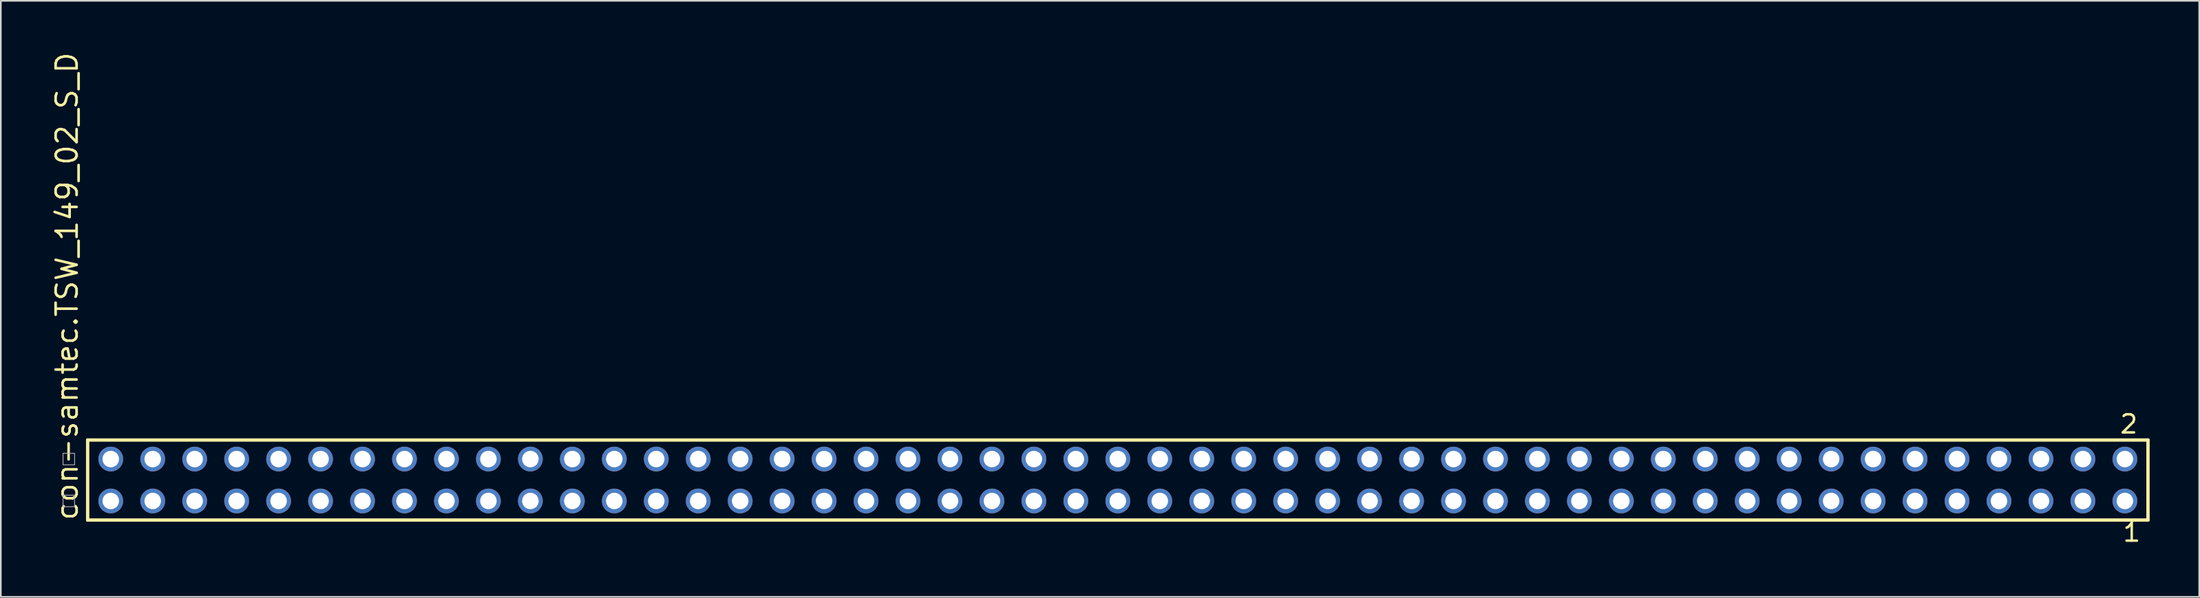
<source format=kicad_pcb>
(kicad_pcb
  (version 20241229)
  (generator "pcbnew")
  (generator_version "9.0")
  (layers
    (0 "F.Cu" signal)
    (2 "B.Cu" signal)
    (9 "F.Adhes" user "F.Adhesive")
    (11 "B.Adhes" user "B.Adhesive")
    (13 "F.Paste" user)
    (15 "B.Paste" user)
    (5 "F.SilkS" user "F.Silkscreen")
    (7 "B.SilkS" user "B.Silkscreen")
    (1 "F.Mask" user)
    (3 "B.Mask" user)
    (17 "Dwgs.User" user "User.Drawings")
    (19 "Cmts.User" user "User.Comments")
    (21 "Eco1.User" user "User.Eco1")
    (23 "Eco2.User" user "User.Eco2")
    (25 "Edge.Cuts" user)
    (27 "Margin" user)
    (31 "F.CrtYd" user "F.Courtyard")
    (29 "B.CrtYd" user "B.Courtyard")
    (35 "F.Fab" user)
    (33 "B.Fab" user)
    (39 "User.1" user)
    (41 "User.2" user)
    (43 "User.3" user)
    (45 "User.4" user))
  (footprint "con-samtec.TSW_149_02_S_D"
    (layer "F.Cu")
    (at 64.615 26.049)
    (property "Reference" "con-samtec.TSW_149_02_S_D" (at -62.865 2.54 90) (layer "F.SilkS") (effects (font (size 1.27 1.27) (thickness 0.16)) (justify left bottom)))
    (attr through_hole)
    (fp_line (start -62.359 -2.425) (end 62.359 -2.425) (stroke (width 0.203) (type default)) (layer "F.SilkS"))
    (fp_line (start -62.359 2.425) (end -62.359 -2.425) (stroke (width 0.203) (type default)) (layer "F.SilkS"))
    (fp_line (start 62.359 -2.425) (end 62.359 2.425) (stroke (width 0.203) (type default)) (layer "F.SilkS"))
    (fp_line (start 62.359 2.425) (end -62.359 2.425) (stroke (width 0.203) (type default)) (layer "F.SilkS"))
    (fp_rect (start -63.85 -0.92) (end -63.15 -1.62) (stroke (width 0.05) (type default)) (fill no) (layer "F.Fab"))
    (fp_rect (start -63.85 1.62) (end -63.15 0.92) (stroke (width 0.05) (type default)) (fill no) (layer "F.Fab"))
    (fp_rect (start -61.31 -0.92) (end -60.61 -1.62) (stroke (width 0.05) (type default)) (fill no) (layer "F.Fab"))
    (fp_rect (start -61.31 1.62) (end -60.61 0.92) (stroke (width 0.05) (type default)) (fill no) (layer "F.Fab"))
    (fp_rect (start -58.77 -0.92) (end -58.07 -1.62) (stroke (width 0.05) (type default)) (fill no) (layer "F.Fab"))
    (fp_rect (start -58.77 1.62) (end -58.07 0.92) (stroke (width 0.05) (type default)) (fill no) (layer "F.Fab"))
    (fp_rect (start -56.23 -0.92) (end -55.53 -1.62) (stroke (width 0.05) (type default)) (fill no) (layer "F.Fab"))
    (fp_rect (start -56.23 1.62) (end -55.53 0.92) (stroke (width 0.05) (type default)) (fill no) (layer "F.Fab"))
    (fp_rect (start -53.69 -0.92) (end -52.99 -1.62) (stroke (width 0.05) (type default)) (fill no) (layer "F.Fab"))
    (fp_rect (start -53.69 1.62) (end -52.99 0.92) (stroke (width 0.05) (type default)) (fill no) (layer "F.Fab"))
    (fp_rect (start -51.15 -0.92) (end -50.45 -1.62) (stroke (width 0.05) (type default)) (fill no) (layer "F.Fab"))
    (fp_rect (start -51.15 1.62) (end -50.45 0.92) (stroke (width 0.05) (type default)) (fill no) (layer "F.Fab"))
    (fp_rect (start -48.61 -0.92) (end -47.91 -1.62) (stroke (width 0.05) (type default)) (fill no) (layer "F.Fab"))
    (fp_rect (start -48.61 1.62) (end -47.91 0.92) (stroke (width 0.05) (type default)) (fill no) (layer "F.Fab"))
    (fp_rect (start -46.07 -0.92) (end -45.37 -1.62) (stroke (width 0.05) (type default)) (fill no) (layer "F.Fab"))
    (fp_rect (start -46.07 1.62) (end -45.37 0.92) (stroke (width 0.05) (type default)) (fill no) (layer "F.Fab"))
    (fp_rect (start -43.53 -0.92) (end -42.83 -1.62) (stroke (width 0.05) (type default)) (fill no) (layer "F.Fab"))
    (fp_rect (start -43.53 1.62) (end -42.83 0.92) (stroke (width 0.05) (type default)) (fill no) (layer "F.Fab"))
    (fp_rect (start -40.99 -0.92) (end -40.29 -1.62) (stroke (width 0.05) (type default)) (fill no) (layer "F.Fab"))
    (fp_rect (start -40.99 1.62) (end -40.29 0.92) (stroke (width 0.05) (type default)) (fill no) (layer "F.Fab"))
    (fp_rect (start -38.45 -0.92) (end -37.75 -1.62) (stroke (width 0.05) (type default)) (fill no) (layer "F.Fab"))
    (fp_rect (start -38.45 1.62) (end -37.75 0.92) (stroke (width 0.05) (type default)) (fill no) (layer "F.Fab"))
    (fp_rect (start -35.91 -0.92) (end -35.21 -1.62) (stroke (width 0.05) (type default)) (fill no) (layer "F.Fab"))
    (fp_rect (start -35.91 1.62) (end -35.21 0.92) (stroke (width 0.05) (type default)) (fill no) (layer "F.Fab"))
    (fp_rect (start -33.37 -0.92) (end -32.67 -1.62) (stroke (width 0.05) (type default)) (fill no) (layer "F.Fab"))
    (fp_rect (start -33.37 1.62) (end -32.67 0.92) (stroke (width 0.05) (type default)) (fill no) (layer "F.Fab"))
    (fp_rect (start -30.83 -0.92) (end -30.13 -1.62) (stroke (width 0.05) (type default)) (fill no) (layer "F.Fab"))
    (fp_rect (start -30.83 1.62) (end -30.13 0.92) (stroke (width 0.05) (type default)) (fill no) (layer "F.Fab"))
    (fp_rect (start -28.29 -0.92) (end -27.59 -1.62) (stroke (width 0.05) (type default)) (fill no) (layer "F.Fab"))
    (fp_rect (start -28.29 1.62) (end -27.59 0.92) (stroke (width 0.05) (type default)) (fill no) (layer "F.Fab"))
    (fp_rect (start -25.75 -0.92) (end -25.05 -1.62) (stroke (width 0.05) (type default)) (fill no) (layer "F.Fab"))
    (fp_rect (start -25.75 1.62) (end -25.05 0.92) (stroke (width 0.05) (type default)) (fill no) (layer "F.Fab"))
    (fp_rect (start -23.21 -0.92) (end -22.51 -1.62) (stroke (width 0.05) (type default)) (fill no) (layer "F.Fab"))
    (fp_rect (start -23.21 1.62) (end -22.51 0.92) (stroke (width 0.05) (type default)) (fill no) (layer "F.Fab"))
    (fp_rect (start -20.67 -0.92) (end -19.97 -1.62) (stroke (width 0.05) (type default)) (fill no) (layer "F.Fab"))
    (fp_rect (start -20.67 1.62) (end -19.97 0.92) (stroke (width 0.05) (type default)) (fill no) (layer "F.Fab"))
    (fp_rect (start -18.13 -0.92) (end -17.43 -1.62) (stroke (width 0.05) (type default)) (fill no) (layer "F.Fab"))
    (fp_rect (start -18.13 1.62) (end -17.43 0.92) (stroke (width 0.05) (type default)) (fill no) (layer "F.Fab"))
    (fp_rect (start -15.59 -0.92) (end -14.89 -1.62) (stroke (width 0.05) (type default)) (fill no) (layer "F.Fab"))
    (fp_rect (start -15.59 1.62) (end -14.89 0.92) (stroke (width 0.05) (type default)) (fill no) (layer "F.Fab"))
    (fp_rect (start -13.05 -0.92) (end -12.35 -1.62) (stroke (width 0.05) (type default)) (fill no) (layer "F.Fab"))
    (fp_rect (start -13.05 1.62) (end -12.35 0.92) (stroke (width 0.05) (type default)) (fill no) (layer "F.Fab"))
    (fp_rect (start -10.51 -0.92) (end -9.81 -1.62) (stroke (width 0.05) (type default)) (fill no) (layer "F.Fab"))
    (fp_rect (start -10.51 1.62) (end -9.81 0.92) (stroke (width 0.05) (type default)) (fill no) (layer "F.Fab"))
    (fp_rect (start -7.97 -0.92) (end -7.27 -1.62) (stroke (width 0.05) (type default)) (fill no) (layer "F.Fab"))
    (fp_rect (start -7.97 1.62) (end -7.27 0.92) (stroke (width 0.05) (type default)) (fill no) (layer "F.Fab"))
    (fp_rect (start -5.43 -0.92) (end -4.73 -1.62) (stroke (width 0.05) (type default)) (fill no) (layer "F.Fab"))
    (fp_rect (start -5.43 1.62) (end -4.73 0.92) (stroke (width 0.05) (type default)) (fill no) (layer "F.Fab"))
    (fp_rect (start -2.89 -0.92) (end -2.19 -1.62) (stroke (width 0.05) (type default)) (fill no) (layer "F.Fab"))
    (fp_rect (start -2.89 1.62) (end -2.19 0.92) (stroke (width 0.05) (type default)) (fill no) (layer "F.Fab"))
    (fp_rect (start -0.35 -0.92) (end 0.35 -1.62) (stroke (width 0.05) (type default)) (fill no) (layer "F.Fab"))
    (fp_rect (start -0.35 1.62) (end 0.35 0.92) (stroke (width 0.05) (type default)) (fill no) (layer "F.Fab"))
    (fp_rect (start 2.19 -0.92) (end 2.89 -1.62) (stroke (width 0.05) (type default)) (fill no) (layer "F.Fab"))
    (fp_rect (start 2.19 1.62) (end 2.89 0.92) (stroke (width 0.05) (type default)) (fill no) (layer "F.Fab"))
    (fp_rect (start 4.73 -0.92) (end 5.43 -1.62) (stroke (width 0.05) (type default)) (fill no) (layer "F.Fab"))
    (fp_rect (start 4.73 1.62) (end 5.43 0.92) (stroke (width 0.05) (type default)) (fill no) (layer "F.Fab"))
    (fp_rect (start 7.27 -0.92) (end 7.97 -1.62) (stroke (width 0.05) (type default)) (fill no) (layer "F.Fab"))
    (fp_rect (start 7.27 1.62) (end 7.97 0.92) (stroke (width 0.05) (type default)) (fill no) (layer "F.Fab"))
    (fp_rect (start 9.81 -0.92) (end 10.51 -1.62) (stroke (width 0.05) (type default)) (fill no) (layer "F.Fab"))
    (fp_rect (start 9.81 1.62) (end 10.51 0.92) (stroke (width 0.05) (type default)) (fill no) (layer "F.Fab"))
    (fp_rect (start 12.35 -0.92) (end 13.05 -1.62) (stroke (width 0.05) (type default)) (fill no) (layer "F.Fab"))
    (fp_rect (start 12.35 1.62) (end 13.05 0.92) (stroke (width 0.05) (type default)) (fill no) (layer "F.Fab"))
    (fp_rect (start 14.89 -0.92) (end 15.59 -1.62) (stroke (width 0.05) (type default)) (fill no) (layer "F.Fab"))
    (fp_rect (start 14.89 1.62) (end 15.59 0.92) (stroke (width 0.05) (type default)) (fill no) (layer "F.Fab"))
    (fp_rect (start 17.43 -0.92) (end 18.13 -1.62) (stroke (width 0.05) (type default)) (fill no) (layer "F.Fab"))
    (fp_rect (start 17.43 1.62) (end 18.13 0.92) (stroke (width 0.05) (type default)) (fill no) (layer "F.Fab"))
    (fp_rect (start 19.97 -0.92) (end 20.67 -1.62) (stroke (width 0.05) (type default)) (fill no) (layer "F.Fab"))
    (fp_rect (start 19.97 1.62) (end 20.67 0.92) (stroke (width 0.05) (type default)) (fill no) (layer "F.Fab"))
    (fp_rect (start 22.51 -0.92) (end 23.21 -1.62) (stroke (width 0.05) (type default)) (fill no) (layer "F.Fab"))
    (fp_rect (start 22.51 1.62) (end 23.21 0.92) (stroke (width 0.05) (type default)) (fill no) (layer "F.Fab"))
    (fp_rect (start 25.05 -0.92) (end 25.75 -1.62) (stroke (width 0.05) (type default)) (fill no) (layer "F.Fab"))
    (fp_rect (start 25.05 1.62) (end 25.75 0.92) (stroke (width 0.05) (type default)) (fill no) (layer "F.Fab"))
    (fp_rect (start 27.59 -0.92) (end 28.29 -1.62) (stroke (width 0.05) (type default)) (fill no) (layer "F.Fab"))
    (fp_rect (start 27.59 1.62) (end 28.29 0.92) (stroke (width 0.05) (type default)) (fill no) (layer "F.Fab"))
    (fp_rect (start 30.13 -0.92) (end 30.83 -1.62) (stroke (width 0.05) (type default)) (fill no) (layer "F.Fab"))
    (fp_rect (start 30.13 1.62) (end 30.83 0.92) (stroke (width 0.05) (type default)) (fill no) (layer "F.Fab"))
    (fp_rect (start 32.67 -0.92) (end 33.37 -1.62) (stroke (width 0.05) (type default)) (fill no) (layer "F.Fab"))
    (fp_rect (start 32.67 1.62) (end 33.37 0.92) (stroke (width 0.05) (type default)) (fill no) (layer "F.Fab"))
    (fp_rect (start 35.21 -0.92) (end 35.91 -1.62) (stroke (width 0.05) (type default)) (fill no) (layer "F.Fab"))
    (fp_rect (start 35.21 1.62) (end 35.91 0.92) (stroke (width 0.05) (type default)) (fill no) (layer "F.Fab"))
    (fp_rect (start 37.75 -0.92) (end 38.45 -1.62) (stroke (width 0.05) (type default)) (fill no) (layer "F.Fab"))
    (fp_rect (start 37.75 1.62) (end 38.45 0.92) (stroke (width 0.05) (type default)) (fill no) (layer "F.Fab"))
    (fp_rect (start 40.29 -0.92) (end 40.99 -1.62) (stroke (width 0.05) (type default)) (fill no) (layer "F.Fab"))
    (fp_rect (start 40.29 1.62) (end 40.99 0.92) (stroke (width 0.05) (type default)) (fill no) (layer "F.Fab"))
    (fp_rect (start 42.83 -0.92) (end 43.53 -1.62) (stroke (width 0.05) (type default)) (fill no) (layer "F.Fab"))
    (fp_rect (start 42.83 1.62) (end 43.53 0.92) (stroke (width 0.05) (type default)) (fill no) (layer "F.Fab"))
    (fp_rect (start 45.37 -0.92) (end 46.07 -1.62) (stroke (width 0.05) (type default)) (fill no) (layer "F.Fab"))
    (fp_rect (start 45.37 1.62) (end 46.07 0.92) (stroke (width 0.05) (type default)) (fill no) (layer "F.Fab"))
    (fp_rect (start 47.91 -0.92) (end 48.61 -1.62) (stroke (width 0.05) (type default)) (fill no) (layer "F.Fab"))
    (fp_rect (start 47.91 1.62) (end 48.61 0.92) (stroke (width 0.05) (type default)) (fill no) (layer "F.Fab"))
    (fp_rect (start 50.45 -0.92) (end 51.15 -1.62) (stroke (width 0.05) (type default)) (fill no) (layer "F.Fab"))
    (fp_rect (start 50.45 1.62) (end 51.15 0.92) (stroke (width 0.05) (type default)) (fill no) (layer "F.Fab"))
    (fp_rect (start 52.99 -0.92) (end 53.69 -1.62) (stroke (width 0.05) (type default)) (fill no) (layer "F.Fab"))
    (fp_rect (start 52.99 1.62) (end 53.69 0.92) (stroke (width 0.05) (type default)) (fill no) (layer "F.Fab"))
    (fp_rect (start 55.53 -0.92) (end 56.23 -1.62) (stroke (width 0.05) (type default)) (fill no) (layer "F.Fab"))
    (fp_rect (start 55.53 1.62) (end 56.23 0.92) (stroke (width 0.05) (type default)) (fill no) (layer "F.Fab"))
    (fp_rect (start 58.07 -0.92) (end 58.77 -1.62) (stroke (width 0.05) (type default)) (fill no) (layer "F.Fab"))
    (fp_rect (start 58.07 1.62) (end 58.77 0.92) (stroke (width 0.05) (type default)) (fill no) (layer "F.Fab"))
    (fp_rect (start 60.61 -0.92) (end 61.31 -1.62) (stroke (width 0.05) (type default)) (fill no) (layer "F.Fab"))
    (fp_rect (start 60.61 1.62) (end 61.31 0.92) (stroke (width 0.05) (type default)) (fill no) (layer "F.Fab"))
    (fp_text user "1" (at 60.752 3.818 0) (layer "F.SilkS") (effects (font (size 1.1 1.1) (thickness 0.15)) (justify left bottom)))
    (fp_text user "2" (at 60.577 -2.744 0) (layer "F.SilkS") (effects (font (size 1.1 1.1) (thickness 0.15)) (justify left bottom)))
    (pad "1" thru_hole circle (at 60.96 1.27 180) (size 1.5 1.5) (drill 1) (layers "*.Cu" "*.Mask"))
    (pad "2" thru_hole circle (at 60.96 -1.27 180) (size 1.5 1.5) (drill 1) (layers "*.Cu" "*.Mask"))
    (pad "3" thru_hole circle (at 58.42 1.27 180) (size 1.5 1.5) (drill 1) (layers "*.Cu" "*.Mask"))
    (pad "4" thru_hole circle (at 58.42 -1.27 180) (size 1.5 1.5) (drill 1) (layers "*.Cu" "*.Mask"))
    (pad "5" thru_hole circle (at 55.88 1.27 180) (size 1.5 1.5) (drill 1) (layers "*.Cu" "*.Mask"))
    (pad "6" thru_hole circle (at 55.88 -1.27 180) (size 1.5 1.5) (drill 1) (layers "*.Cu" "*.Mask"))
    (pad "7" thru_hole circle (at 53.34 1.27 180) (size 1.5 1.5) (drill 1) (layers "*.Cu" "*.Mask"))
    (pad "8" thru_hole circle (at 53.34 -1.27 180) (size 1.5 1.5) (drill 1) (layers "*.Cu" "*.Mask"))
    (pad "9" thru_hole circle (at 50.8 1.27 180) (size 1.5 1.5) (drill 1) (layers "*.Cu" "*.Mask"))
    (pad "10" thru_hole circle (at 50.8 -1.27 180) (size 1.5 1.5) (drill 1) (layers "*.Cu" "*.Mask"))
    (pad "11" thru_hole circle (at 48.26 1.27 180) (size 1.5 1.5) (drill 1) (layers "*.Cu" "*.Mask"))
    (pad "12" thru_hole circle (at 48.26 -1.27 180) (size 1.5 1.5) (drill 1) (layers "*.Cu" "*.Mask"))
    (pad "13" thru_hole circle (at 45.72 1.27 180) (size 1.5 1.5) (drill 1) (layers "*.Cu" "*.Mask"))
    (pad "14" thru_hole circle (at 45.72 -1.27 180) (size 1.5 1.5) (drill 1) (layers "*.Cu" "*.Mask"))
    (pad "15" thru_hole circle (at 43.18 1.27 180) (size 1.5 1.5) (drill 1) (layers "*.Cu" "*.Mask"))
    (pad "16" thru_hole circle (at 43.18 -1.27 180) (size 1.5 1.5) (drill 1) (layers "*.Cu" "*.Mask"))
    (pad "17" thru_hole circle (at 40.64 1.27 180) (size 1.5 1.5) (drill 1) (layers "*.Cu" "*.Mask"))
    (pad "18" thru_hole circle (at 40.64 -1.27 180) (size 1.5 1.5) (drill 1) (layers "*.Cu" "*.Mask"))
    (pad "19" thru_hole circle (at 38.1 1.27 180) (size 1.5 1.5) (drill 1) (layers "*.Cu" "*.Mask"))
    (pad "20" thru_hole circle (at 38.1 -1.27 180) (size 1.5 1.5) (drill 1) (layers "*.Cu" "*.Mask"))
    (pad "21" thru_hole circle (at 35.56 1.27 180) (size 1.5 1.5) (drill 1) (layers "*.Cu" "*.Mask"))
    (pad "22" thru_hole circle (at 35.56 -1.27 180) (size 1.5 1.5) (drill 1) (layers "*.Cu" "*.Mask"))
    (pad "23" thru_hole circle (at 33.02 1.27 180) (size 1.5 1.5) (drill 1) (layers "*.Cu" "*.Mask"))
    (pad "24" thru_hole circle (at 33.02 -1.27 180) (size 1.5 1.5) (drill 1) (layers "*.Cu" "*.Mask"))
    (pad "25" thru_hole circle (at 30.48 1.27 180) (size 1.5 1.5) (drill 1) (layers "*.Cu" "*.Mask"))
    (pad "26" thru_hole circle (at 30.48 -1.27 180) (size 1.5 1.5) (drill 1) (layers "*.Cu" "*.Mask"))
    (pad "27" thru_hole circle (at 27.94 1.27 180) (size 1.5 1.5) (drill 1) (layers "*.Cu" "*.Mask"))
    (pad "28" thru_hole circle (at 27.94 -1.27 180) (size 1.5 1.5) (drill 1) (layers "*.Cu" "*.Mask"))
    (pad "29" thru_hole circle (at 25.4 1.27 180) (size 1.5 1.5) (drill 1) (layers "*.Cu" "*.Mask"))
    (pad "30" thru_hole circle (at 25.4 -1.27 180) (size 1.5 1.5) (drill 1) (layers "*.Cu" "*.Mask"))
    (pad "31" thru_hole circle (at 22.86 1.27 180) (size 1.5 1.5) (drill 1) (layers "*.Cu" "*.Mask"))
    (pad "32" thru_hole circle (at 22.86 -1.27 180) (size 1.5 1.5) (drill 1) (layers "*.Cu" "*.Mask"))
    (pad "33" thru_hole circle (at 20.32 1.27 180) (size 1.5 1.5) (drill 1) (layers "*.Cu" "*.Mask"))
    (pad "34" thru_hole circle (at 20.32 -1.27 180) (size 1.5 1.5) (drill 1) (layers "*.Cu" "*.Mask"))
    (pad "35" thru_hole circle (at 17.78 1.27 180) (size 1.5 1.5) (drill 1) (layers "*.Cu" "*.Mask"))
    (pad "36" thru_hole circle (at 17.78 -1.27 180) (size 1.5 1.5) (drill 1) (layers "*.Cu" "*.Mask"))
    (pad "37" thru_hole circle (at 15.24 1.27 180) (size 1.5 1.5) (drill 1) (layers "*.Cu" "*.Mask"))
    (pad "38" thru_hole circle (at 15.24 -1.27 180) (size 1.5 1.5) (drill 1) (layers "*.Cu" "*.Mask"))
    (pad "39" thru_hole circle (at 12.7 1.27 180) (size 1.5 1.5) (drill 1) (layers "*.Cu" "*.Mask"))
    (pad "40" thru_hole circle (at 12.7 -1.27 180) (size 1.5 1.5) (drill 1) (layers "*.Cu" "*.Mask"))
    (pad "41" thru_hole circle (at 10.16 1.27 180) (size 1.5 1.5) (drill 1) (layers "*.Cu" "*.Mask"))
    (pad "42" thru_hole circle (at 10.16 -1.27 180) (size 1.5 1.5) (drill 1) (layers "*.Cu" "*.Mask"))
    (pad "43" thru_hole circle (at 7.62 1.27 180) (size 1.5 1.5) (drill 1) (layers "*.Cu" "*.Mask"))
    (pad "44" thru_hole circle (at 7.62 -1.27 180) (size 1.5 1.5) (drill 1) (layers "*.Cu" "*.Mask"))
    (pad "45" thru_hole circle (at 5.08 1.27 180) (size 1.5 1.5) (drill 1) (layers "*.Cu" "*.Mask"))
    (pad "46" thru_hole circle (at 5.08 -1.27 180) (size 1.5 1.5) (drill 1) (layers "*.Cu" "*.Mask"))
    (pad "47" thru_hole circle (at 2.54 1.27 180) (size 1.5 1.5) (drill 1) (layers "*.Cu" "*.Mask"))
    (pad "48" thru_hole circle (at 2.54 -1.27 180) (size 1.5 1.5) (drill 1) (layers "*.Cu" "*.Mask"))
    (pad "49" thru_hole circle (at 0 1.27 180) (size 1.5 1.5) (drill 1) (layers "*.Cu" "*.Mask"))
    (pad "50" thru_hole circle (at 0 -1.27 180) (size 1.5 1.5) (drill 1) (layers "*.Cu" "*.Mask"))
    (pad "51" thru_hole circle (at -2.54 1.27 180) (size 1.5 1.5) (drill 1) (layers "*.Cu" "*.Mask"))
    (pad "52" thru_hole circle (at -2.54 -1.27 180) (size 1.5 1.5) (drill 1) (layers "*.Cu" "*.Mask"))
    (pad "53" thru_hole circle (at -5.08 1.27 180) (size 1.5 1.5) (drill 1) (layers "*.Cu" "*.Mask"))
    (pad "54" thru_hole circle (at -5.08 -1.27 180) (size 1.5 1.5) (drill 1) (layers "*.Cu" "*.Mask"))
    (pad "55" thru_hole circle (at -7.62 1.27 180) (size 1.5 1.5) (drill 1) (layers "*.Cu" "*.Mask"))
    (pad "56" thru_hole circle (at -7.62 -1.27 180) (size 1.5 1.5) (drill 1) (layers "*.Cu" "*.Mask"))
    (pad "57" thru_hole circle (at -10.16 1.27 180) (size 1.5 1.5) (drill 1) (layers "*.Cu" "*.Mask"))
    (pad "58" thru_hole circle (at -10.16 -1.27 180) (size 1.5 1.5) (drill 1) (layers "*.Cu" "*.Mask"))
    (pad "59" thru_hole circle (at -12.7 1.27 180) (size 1.5 1.5) (drill 1) (layers "*.Cu" "*.Mask"))
    (pad "60" thru_hole circle (at -12.7 -1.27 180) (size 1.5 1.5) (drill 1) (layers "*.Cu" "*.Mask"))
    (pad "61" thru_hole circle (at -15.24 1.27 180) (size 1.5 1.5) (drill 1) (layers "*.Cu" "*.Mask"))
    (pad "62" thru_hole circle (at -15.24 -1.27 180) (size 1.5 1.5) (drill 1) (layers "*.Cu" "*.Mask"))
    (pad "63" thru_hole circle (at -17.78 1.27 180) (size 1.5 1.5) (drill 1) (layers "*.Cu" "*.Mask"))
    (pad "64" thru_hole circle (at -17.78 -1.27 180) (size 1.5 1.5) (drill 1) (layers "*.Cu" "*.Mask"))
    (pad "65" thru_hole circle (at -20.32 1.27 180) (size 1.5 1.5) (drill 1) (layers "*.Cu" "*.Mask"))
    (pad "66" thru_hole circle (at -20.32 -1.27 180) (size 1.5 1.5) (drill 1) (layers "*.Cu" "*.Mask"))
    (pad "67" thru_hole circle (at -22.86 1.27 180) (size 1.5 1.5) (drill 1) (layers "*.Cu" "*.Mask"))
    (pad "68" thru_hole circle (at -22.86 -1.27 180) (size 1.5 1.5) (drill 1) (layers "*.Cu" "*.Mask"))
    (pad "69" thru_hole circle (at -25.4 1.27 180) (size 1.5 1.5) (drill 1) (layers "*.Cu" "*.Mask"))
    (pad "70" thru_hole circle (at -25.4 -1.27 180) (size 1.5 1.5) (drill 1) (layers "*.Cu" "*.Mask"))
    (pad "71" thru_hole circle (at -27.94 1.27 180) (size 1.5 1.5) (drill 1) (layers "*.Cu" "*.Mask"))
    (pad "72" thru_hole circle (at -27.94 -1.27 180) (size 1.5 1.5) (drill 1) (layers "*.Cu" "*.Mask"))
    (pad "73" thru_hole circle (at -30.48 1.27 180) (size 1.5 1.5) (drill 1) (layers "*.Cu" "*.Mask"))
    (pad "74" thru_hole circle (at -30.48 -1.27 180) (size 1.5 1.5) (drill 1) (layers "*.Cu" "*.Mask"))
    (pad "75" thru_hole circle (at -33.02 1.27 180) (size 1.5 1.5) (drill 1) (layers "*.Cu" "*.Mask"))
    (pad "76" thru_hole circle (at -33.02 -1.27 180) (size 1.5 1.5) (drill 1) (layers "*.Cu" "*.Mask"))
    (pad "77" thru_hole circle (at -35.56 1.27 180) (size 1.5 1.5) (drill 1) (layers "*.Cu" "*.Mask"))
    (pad "78" thru_hole circle (at -35.56 -1.27 180) (size 1.5 1.5) (drill 1) (layers "*.Cu" "*.Mask"))
    (pad "79" thru_hole circle (at -38.1 1.27 180) (size 1.5 1.5) (drill 1) (layers "*.Cu" "*.Mask"))
    (pad "80" thru_hole circle (at -38.1 -1.27 180) (size 1.5 1.5) (drill 1) (layers "*.Cu" "*.Mask"))
    (pad "81" thru_hole circle (at -40.64 1.27 180) (size 1.5 1.5) (drill 1) (layers "*.Cu" "*.Mask"))
    (pad "82" thru_hole circle (at -40.64 -1.27 180) (size 1.5 1.5) (drill 1) (layers "*.Cu" "*.Mask"))
    (pad "83" thru_hole circle (at -43.18 1.27 180) (size 1.5 1.5) (drill 1) (layers "*.Cu" "*.Mask"))
    (pad "84" thru_hole circle (at -43.18 -1.27 180) (size 1.5 1.5) (drill 1) (layers "*.Cu" "*.Mask"))
    (pad "85" thru_hole circle (at -45.72 1.27 180) (size 1.5 1.5) (drill 1) (layers "*.Cu" "*.Mask"))
    (pad "86" thru_hole circle (at -45.72 -1.27 180) (size 1.5 1.5) (drill 1) (layers "*.Cu" "*.Mask"))
    (pad "87" thru_hole circle (at -48.26 1.27 180) (size 1.5 1.5) (drill 1) (layers "*.Cu" "*.Mask"))
    (pad "88" thru_hole circle (at -48.26 -1.27 180) (size 1.5 1.5) (drill 1) (layers "*.Cu" "*.Mask"))
    (pad "89" thru_hole circle (at -50.8 1.27 180) (size 1.5 1.5) (drill 1) (layers "*.Cu" "*.Mask"))
    (pad "90" thru_hole circle (at -50.8 -1.27 180) (size 1.5 1.5) (drill 1) (layers "*.Cu" "*.Mask"))
    (pad "91" thru_hole circle (at -53.34 1.27 180) (size 1.5 1.5) (drill 1) (layers "*.Cu" "*.Mask"))
    (pad "92" thru_hole circle (at -53.34 -1.27 180) (size 1.5 1.5) (drill 1) (layers "*.Cu" "*.Mask"))
    (pad "93" thru_hole circle (at -55.88 1.27 180) (size 1.5 1.5) (drill 1) (layers "*.Cu" "*.Mask"))
    (pad "94" thru_hole circle (at -55.88 -1.27 180) (size 1.5 1.5) (drill 1) (layers "*.Cu" "*.Mask"))
    (pad "95" thru_hole circle (at -58.42 1.27 180) (size 1.5 1.5) (drill 1) (layers "*.Cu" "*.Mask"))
    (pad "96" thru_hole circle (at -58.42 -1.27 180) (size 1.5 1.5) (drill 1) (layers "*.Cu" "*.Mask"))
    (pad "97" thru_hole circle (at -60.96 1.27 180) (size 1.5 1.5) (drill 1) (layers "*.Cu" "*.Mask"))
    (pad "98" thru_hole circle (at -60.96 -1.27 180) (size 1.5 1.5) (drill 1) (layers "*.Cu" "*.Mask")))
  (gr_rect
    (start -3 -3)
    (end 130.076 33.131)
    (stroke (width 0.1) (type default))
    (fill no)
    (layer "Edge.Cuts")))
</source>
